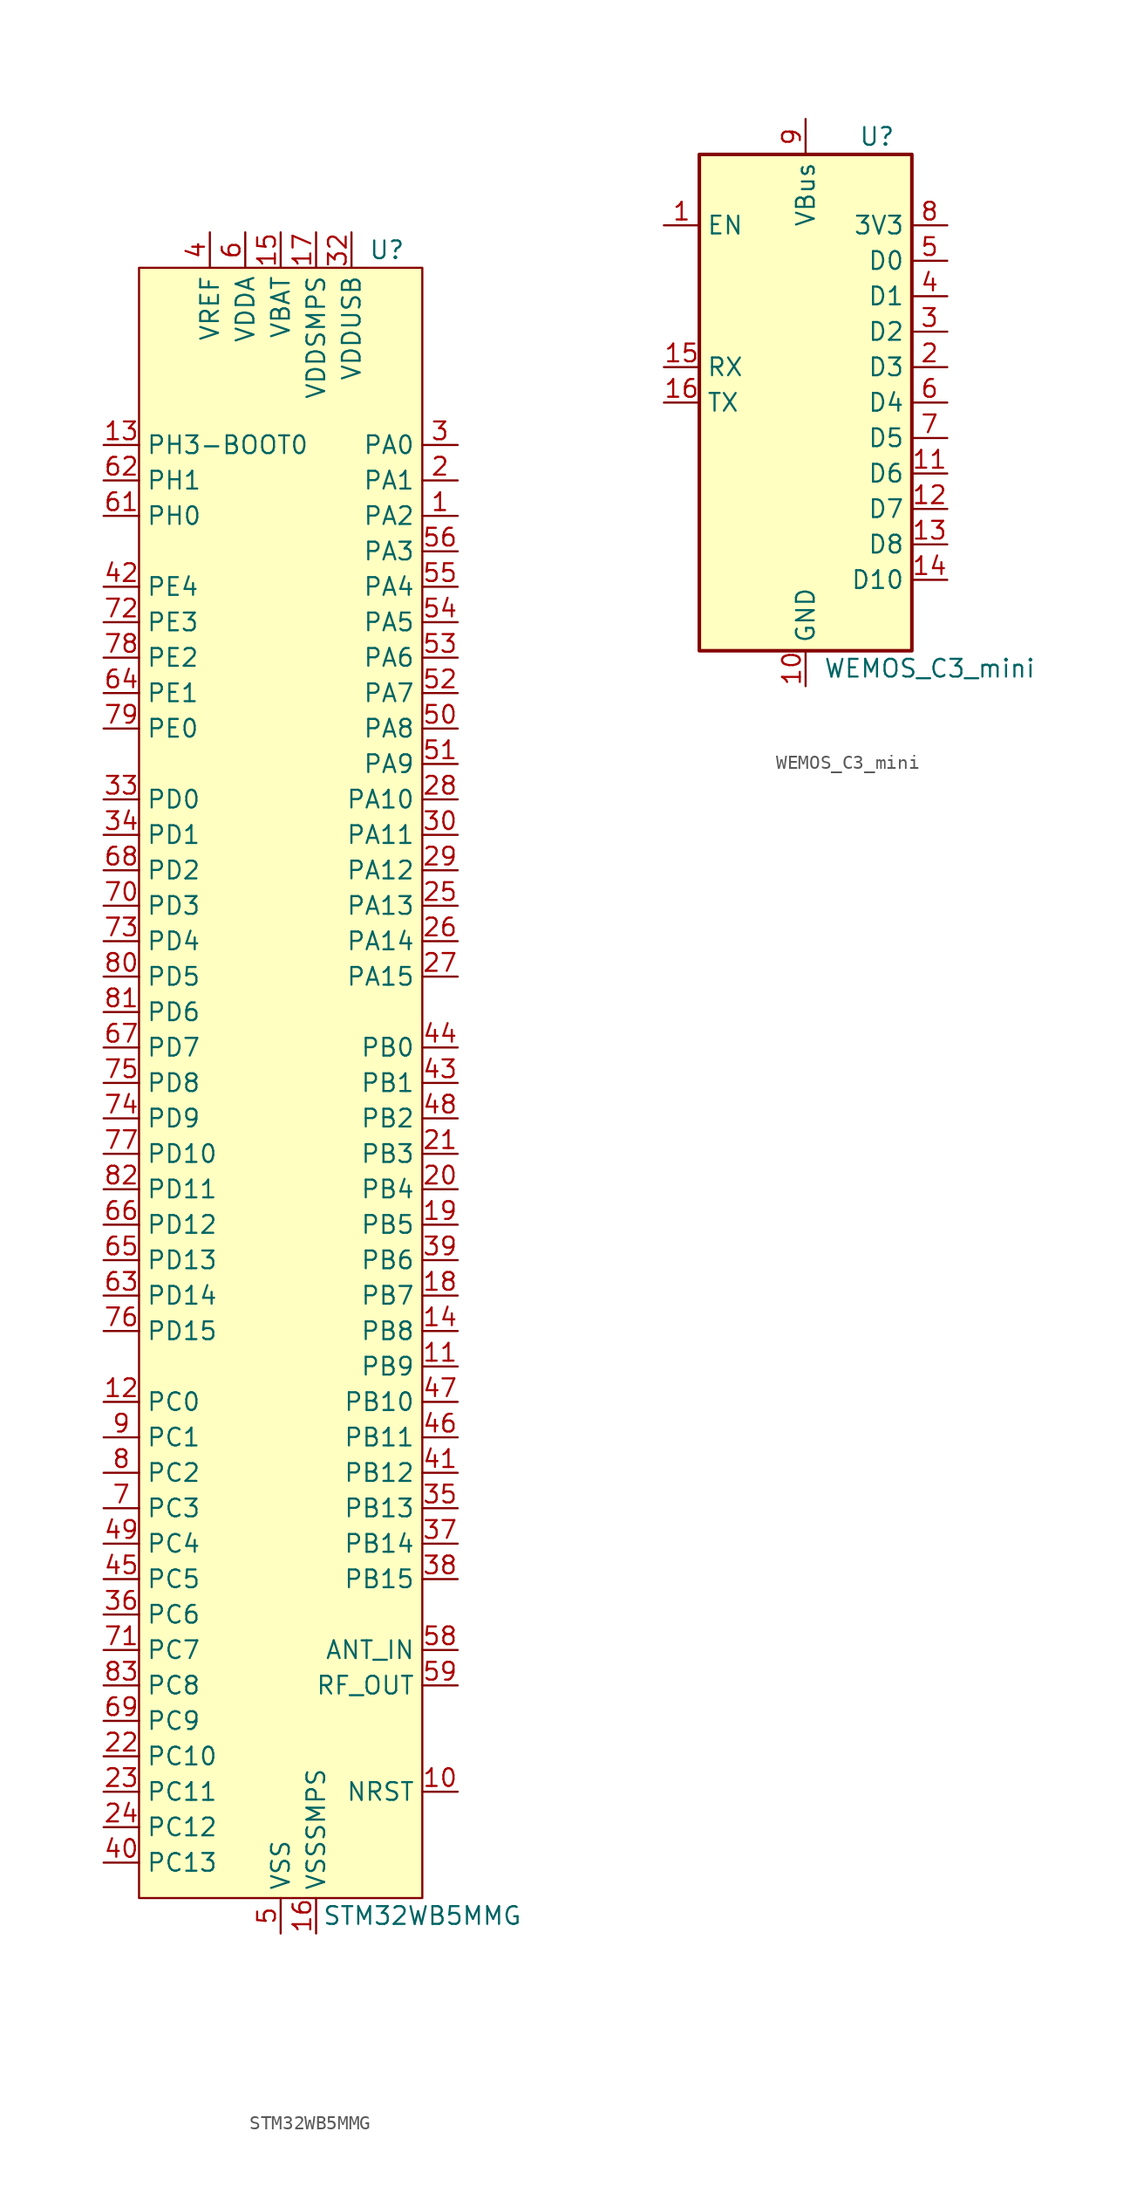
<source format=kicad_sym>
(kicad_symbol_lib
  (version 20241209)
  (generator "kicad_symbol_editor")
  (generator_version "9.0")
  (symbol "STM32WB5MMG"
    (property "Reference" "U"
      (at 7.62 59.69 0)
      (effects (font (size 1.27 1.27))))
    (property "Value" "STM32WB5MMG"
      (at 10.16 -59.69 0)
      (effects (font (size 1.27 1.27))))
    (symbol "STM32WB5MMG_1_1"
      (rectangle (start -10.16 58.42) (end 10.16 -58.42) (stroke (width 0) (type default)) (fill (type background)))
      (pin bidirectional line (at -12.7 45.72 0) (length 2.54) (name "PH3-BOOT0" (effects (font (size 1.27 1.27)))) (number "13" (effects (font (size 1.27 1.27)))))
      (pin bidirectional line (at -12.7 43.18 0) (length 2.54) (name "PH1" (effects (font (size 1.27 1.27)))) (number "62" (effects (font (size 1.27 1.27)))))
      (pin bidirectional line (at -12.7 40.64 0) (length 2.54) (name "PH0" (effects (font (size 1.27 1.27)))) (number "61" (effects (font (size 1.27 1.27)))))
      (pin bidirectional line (at -12.7 35.56 0) (length 2.54) (name "PE4" (effects (font (size 1.27 1.27)))) (number "42" (effects (font (size 1.27 1.27)))))
      (pin bidirectional line (at -12.7 33.02 0) (length 2.54) (name "PE3" (effects (font (size 1.27 1.27)))) (number "72" (effects (font (size 1.27 1.27)))))
      (pin bidirectional line (at -12.7 30.48 0) (length 2.54) (name "PE2" (effects (font (size 1.27 1.27)))) (number "78" (effects (font (size 1.27 1.27)))))
      (pin bidirectional line (at -12.7 27.94 0) (length 2.54) (name "PE1" (effects (font (size 1.27 1.27)))) (number "64" (effects (font (size 1.27 1.27)))))
      (pin bidirectional line (at -12.7 25.4 0) (length 2.54) (name "PE0" (effects (font (size 1.27 1.27)))) (number "79" (effects (font (size 1.27 1.27)))))
      (pin bidirectional line (at -12.7 20.32 0) (length 2.54) (name "PD0" (effects (font (size 1.27 1.27)))) (number "33" (effects (font (size 1.27 1.27)))))
      (pin bidirectional line (at -12.7 17.78 0) (length 2.54) (name "PD1" (effects (font (size 1.27 1.27)))) (number "34" (effects (font (size 1.27 1.27)))))
      (pin bidirectional line (at -12.7 15.24 0) (length 2.54) (name "PD2" (effects (font (size 1.27 1.27)))) (number "68" (effects (font (size 1.27 1.27)))))
      (pin bidirectional line (at -12.7 12.7 0) (length 2.54) (name "PD3" (effects (font (size 1.27 1.27)))) (number "70" (effects (font (size 1.27 1.27)))))
      (pin bidirectional line (at -12.7 10.16 0) (length 2.54) (name "PD4" (effects (font (size 1.27 1.27)))) (number "73" (effects (font (size 1.27 1.27)))))
      (pin bidirectional line (at -12.7 7.62 0) (length 2.54) (name "PD5" (effects (font (size 1.27 1.27)))) (number "80" (effects (font (size 1.27 1.27)))))
      (pin bidirectional line (at -12.7 5.08 0) (length 2.54) (name "PD6" (effects (font (size 1.27 1.27)))) (number "81" (effects (font (size 1.27 1.27)))))
      (pin bidirectional line (at -12.7 2.54 0) (length 2.54) (name "PD7" (effects (font (size 1.27 1.27)))) (number "67" (effects (font (size 1.27 1.27)))))
      (pin bidirectional line (at -12.7 0 0) (length 2.54) (name "PD8" (effects (font (size 1.27 1.27)))) (number "75" (effects (font (size 1.27 1.27)))))
      (pin bidirectional line (at -12.7 -2.54 0) (length 2.54) (name "PD9" (effects (font (size 1.27 1.27)))) (number "74" (effects (font (size 1.27 1.27)))))
      (pin bidirectional line (at -12.7 -5.08 0) (length 2.54) (name "PD10" (effects (font (size 1.27 1.27)))) (number "77" (effects (font (size 1.27 1.27)))))
      (pin bidirectional line (at -12.7 -7.62 0) (length 2.54) (name "PD11" (effects (font (size 1.27 1.27)))) (number "82" (effects (font (size 1.27 1.27)))))
      (pin bidirectional line (at -12.7 -10.16 0) (length 2.54) (name "PD12" (effects (font (size 1.27 1.27)))) (number "66" (effects (font (size 1.27 1.27)))))
      (pin bidirectional line (at -12.7 -12.7 0) (length 2.54) (name "PD13" (effects (font (size 1.27 1.27)))) (number "65" (effects (font (size 1.27 1.27)))))
      (pin bidirectional line (at -12.7 -15.24 0) (length 2.54) (name "PD14" (effects (font (size 1.27 1.27)))) (number "63" (effects (font (size 1.27 1.27)))))
      (pin bidirectional line (at -12.7 -17.78 0) (length 2.54) (name "PD15" (effects (font (size 1.27 1.27)))) (number "76" (effects (font (size 1.27 1.27)))))
      (pin bidirectional line (at -12.7 -22.86 0) (length 2.54) (name "PC0" (effects (font (size 1.27 1.27)))) (number "12" (effects (font (size 1.27 1.27)))))
      (pin bidirectional line (at -12.7 -25.4 0) (length 2.54) (name "PC1" (effects (font (size 1.27 1.27)))) (number "9" (effects (font (size 1.27 1.27)))))
      (pin bidirectional line (at -12.7 -27.94 0) (length 2.54) (name "PC2" (effects (font (size 1.27 1.27)))) (number "8" (effects (font (size 1.27 1.27)))))
      (pin bidirectional line (at -12.7 -30.48 0) (length 2.54) (name "PC3" (effects (font (size 1.27 1.27)))) (number "7" (effects (font (size 1.27 1.27)))))
      (pin bidirectional line (at -12.7 -33.02 0) (length 2.54) (name "PC4" (effects (font (size 1.27 1.27)))) (number "49" (effects (font (size 1.27 1.27)))))
      (pin bidirectional line (at -12.7 -35.56 0) (length 2.54) (name "PC5" (effects (font (size 1.27 1.27)))) (number "45" (effects (font (size 1.27 1.27)))))
      (pin bidirectional line (at -12.7 -38.1 0) (length 2.54) (name "PC6" (effects (font (size 1.27 1.27)))) (number "36" (effects (font (size 1.27 1.27)))))
      (pin bidirectional line (at -12.7 -40.64 0) (length 2.54) (name "PC7" (effects (font (size 1.27 1.27)))) (number "71" (effects (font (size 1.27 1.27)))))
      (pin bidirectional line (at -12.7 -43.18 0) (length 2.54) (name "PC8" (effects (font (size 1.27 1.27)))) (number "83" (effects (font (size 1.27 1.27)))))
      (pin bidirectional line (at -12.7 -45.72 0) (length 2.54) (name "PC9" (effects (font (size 1.27 1.27)))) (number "69" (effects (font (size 1.27 1.27)))))
      (pin bidirectional line (at -12.7 -48.26 0) (length 2.54) (name "PC10" (effects (font (size 1.27 1.27)))) (number "22" (effects (font (size 1.27 1.27)))))
      (pin bidirectional line (at -12.7 -50.8 0) (length 2.54) (name "PC11" (effects (font (size 1.27 1.27)))) (number "23" (effects (font (size 1.27 1.27)))))
      (pin bidirectional line (at -12.7 -53.34 0) (length 2.54) (name "PC12" (effects (font (size 1.27 1.27)))) (number "24" (effects (font (size 1.27 1.27)))))
      (pin bidirectional line (at -12.7 -55.88 0) (length 2.54) (name "PC13" (effects (font (size 1.27 1.27)))) (number "40" (effects (font (size 1.27 1.27)))))
      (pin input line (at -5.08 60.96 270) (length 2.54) (name "VREF" (effects (font (size 1.27 1.27)))) (number "4" (effects (font (size 1.27 1.27)))))
      (pin power_in line (at -2.54 60.96 270) (length 2.54) (name "VDDA" (effects (font (size 1.27 1.27)))) (number "6" (effects (font (size 1.27 1.27)))))
      (pin power_in line (at 0 60.96 270) (length 2.54) (name "VBAT" (effects (font (size 1.27 1.27)))) (number "15" (effects (font (size 1.27 1.27)))))
      (pin passive line (at 0 -60.96 90) (length 2.54) (hide yes) (name "VSS" (effects (font (size 1.27 1.27)))) (number "31" (effects (font (size 1.27 1.27)))))
      (pin power_in line (at 0 -60.96 90) (length 2.54) (name "VSS" (effects (font (size 1.27 1.27)))) (number "5" (effects (font (size 1.27 1.27)))))
      (pin passive line (at 0 -60.96 90) (length 2.54) (hide yes) (name "VSS" (effects (font (size 1.27 1.27)))) (number "57" (effects (font (size 1.27 1.27)))))
      (pin passive line (at 0 -60.96 90) (length 2.54) (hide yes) (name "VSS" (effects (font (size 1.27 1.27)))) (number "60" (effects (font (size 1.27 1.27)))))
      (pin passive line (at 0 -60.96 90) (length 2.54) (hide yes) (name "VSS" (effects (font (size 1.27 1.27)))) (number "84" (effects (font (size 1.27 1.27)))))
      (pin passive line (at 0 -60.96 90) (length 2.54) (hide yes) (name "VSS" (effects (font (size 1.27 1.27)))) (number "86" (effects (font (size 1.27 1.27)))))
      (pin power_in line (at 2.54 60.96 270) (length 2.54) (name "VDDSMPS" (effects (font (size 1.27 1.27)))) (number "17" (effects (font (size 1.27 1.27)))))
      (pin power_in line (at 2.54 -60.96 90) (length 2.54) (name "VSSSMPS" (effects (font (size 1.27 1.27)))) (number "16" (effects (font (size 1.27 1.27)))))
      (pin power_in line (at 5.08 60.96 270) (length 2.54) (name "VDDUSB" (effects (font (size 1.27 1.27)))) (number "32" (effects (font (size 1.27 1.27)))))
      (pin no_connect line (at 10.16 -45.72 180) (length 2.54) (hide yes) (name "ANT_NC" (effects (font (size 1.27 1.27)))) (number "85" (effects (font (size 1.27 1.27)))))
      (pin bidirectional line (at 12.7 45.72 180) (length 2.54) (name "PA0" (effects (font (size 1.27 1.27)))) (number "3" (effects (font (size 1.27 1.27)))))
      (pin bidirectional line (at 12.7 43.18 180) (length 2.54) (name "PA1" (effects (font (size 1.27 1.27)))) (number "2" (effects (font (size 1.27 1.27)))))
      (pin bidirectional line (at 12.7 40.64 180) (length 2.54) (name "PA2" (effects (font (size 1.27 1.27)))) (number "1" (effects (font (size 1.27 1.27)))))
      (pin bidirectional line (at 12.7 38.1 180) (length 2.54) (name "PA3" (effects (font (size 1.27 1.27)))) (number "56" (effects (font (size 1.27 1.27)))))
      (pin bidirectional line (at 12.7 35.56 180) (length 2.54) (name "PA4" (effects (font (size 1.27 1.27)))) (number "55" (effects (font (size 1.27 1.27)))))
      (pin bidirectional line (at 12.7 33.02 180) (length 2.54) (name "PA5" (effects (font (size 1.27 1.27)))) (number "54" (effects (font (size 1.27 1.27)))))
      (pin bidirectional line (at 12.7 30.48 180) (length 2.54) (name "PA6" (effects (font (size 1.27 1.27)))) (number "53" (effects (font (size 1.27 1.27)))))
      (pin bidirectional line (at 12.7 27.94 180) (length 2.54) (name "PA7" (effects (font (size 1.27 1.27)))) (number "52" (effects (font (size 1.27 1.27)))))
      (pin bidirectional line (at 12.7 25.4 180) (length 2.54) (name "PA8" (effects (font (size 1.27 1.27)))) (number "50" (effects (font (size 1.27 1.27)))))
      (pin bidirectional line (at 12.7 22.86 180) (length 2.54) (name "PA9" (effects (font (size 1.27 1.27)))) (number "51" (effects (font (size 1.27 1.27)))))
      (pin bidirectional line (at 12.7 20.32 180) (length 2.54) (name "PA10" (effects (font (size 1.27 1.27)))) (number "28" (effects (font (size 1.27 1.27)))))
      (pin bidirectional line (at 12.7 17.78 180) (length 2.54) (name "PA11" (effects (font (size 1.27 1.27)))) (number "30" (effects (font (size 1.27 1.27)))))
      (pin bidirectional line (at 12.7 15.24 180) (length 2.54) (name "PA12" (effects (font (size 1.27 1.27)))) (number "29" (effects (font (size 1.27 1.27)))))
      (pin bidirectional line (at 12.7 12.7 180) (length 2.54) (name "PA13" (effects (font (size 1.27 1.27)))) (number "25" (effects (font (size 1.27 1.27)))))
      (pin bidirectional line (at 12.7 10.16 180) (length 2.54) (name "PA14" (effects (font (size 1.27 1.27)))) (number "26" (effects (font (size 1.27 1.27)))))
      (pin bidirectional line (at 12.7 7.62 180) (length 2.54) (name "PA15" (effects (font (size 1.27 1.27)))) (number "27" (effects (font (size 1.27 1.27)))))
      (pin bidirectional line (at 12.7 2.54 180) (length 2.54) (name "PB0" (effects (font (size 1.27 1.27)))) (number "44" (effects (font (size 1.27 1.27)))))
      (pin bidirectional line (at 12.7 0 180) (length 2.54) (name "PB1" (effects (font (size 1.27 1.27)))) (number "43" (effects (font (size 1.27 1.27)))))
      (pin bidirectional line (at 12.7 -2.54 180) (length 2.54) (name "PB2" (effects (font (size 1.27 1.27)))) (number "48" (effects (font (size 1.27 1.27)))))
      (pin bidirectional line (at 12.7 -5.08 180) (length 2.54) (name "PB3" (effects (font (size 1.27 1.27)))) (number "21" (effects (font (size 1.27 1.27)))))
      (pin bidirectional line (at 12.7 -7.62 180) (length 2.54) (name "PB4" (effects (font (size 1.27 1.27)))) (number "20" (effects (font (size 1.27 1.27)))))
      (pin bidirectional line (at 12.7 -10.16 180) (length 2.54) (name "PB5" (effects (font (size 1.27 1.27)))) (number "19" (effects (font (size 1.27 1.27)))))
      (pin bidirectional line (at 12.7 -12.7 180) (length 2.54) (name "PB6" (effects (font (size 1.27 1.27)))) (number "39" (effects (font (size 1.27 1.27)))))
      (pin bidirectional line (at 12.7 -15.24 180) (length 2.54) (name "PB7" (effects (font (size 1.27 1.27)))) (number "18" (effects (font (size 1.27 1.27)))))
      (pin bidirectional line (at 12.7 -17.78 180) (length 2.54) (name "PB8" (effects (font (size 1.27 1.27)))) (number "14" (effects (font (size 1.27 1.27)))))
      (pin bidirectional line (at 12.7 -20.32 180) (length 2.54) (name "PB9" (effects (font (size 1.27 1.27)))) (number "11" (effects (font (size 1.27 1.27)))))
      (pin bidirectional line (at 12.7 -22.86 180) (length 2.54) (name "PB10" (effects (font (size 1.27 1.27)))) (number "47" (effects (font (size 1.27 1.27)))))
      (pin bidirectional line (at 12.7 -25.4 180) (length 2.54) (name "PB11" (effects (font (size 1.27 1.27)))) (number "46" (effects (font (size 1.27 1.27)))))
      (pin bidirectional line (at 12.7 -27.94 180) (length 2.54) (name "PB12" (effects (font (size 1.27 1.27)))) (number "41" (effects (font (size 1.27 1.27)))))
      (pin bidirectional line (at 12.7 -30.48 180) (length 2.54) (name "PB13" (effects (font (size 1.27 1.27)))) (number "35" (effects (font (size 1.27 1.27)))))
      (pin bidirectional line (at 12.7 -33.02 180) (length 2.54) (name "PB14" (effects (font (size 1.27 1.27)))) (number "37" (effects (font (size 1.27 1.27)))))
      (pin bidirectional line (at 12.7 -35.56 180) (length 2.54) (name "PB15" (effects (font (size 1.27 1.27)))) (number "38" (effects (font (size 1.27 1.27)))))
      (pin passive line (at 12.7 -40.64 180) (length 2.54) (name "ANT_IN" (effects (font (size 1.27 1.27)))) (number "58" (effects (font (size 1.27 1.27)))))
      (pin passive line (at 12.7 -43.18 180) (length 2.54) (name "RF_OUT" (effects (font (size 1.27 1.27)))) (number "59" (effects (font (size 1.27 1.27)))))
      (pin input line (at 12.7 -50.8 180) (length 2.54) (name "NRST" (effects (font (size 1.27 1.27)))) (number "10" (effects (font (size 1.27 1.27)))))))
  (symbol "WEMOS_C3_mini"
    (property "Reference" "U"
      (at 3.81 19.05 0)
      (effects (font (size 1.27 1.27)) (justify left)))
    (property "Value" "WEMOS_C3_mini"
      (at 1.27 -19.05 0)
      (effects (font (size 1.27 1.27)) (justify left)))
    (symbol "WEMOS_C3_mini_1_1"
      (rectangle (start -7.62 17.78) (end 7.62 -17.78) (stroke (width 0.254) (type default)) (fill (type background)))
      (pin input line (at -10.16 12.7 0) (length 2.54) (name "EN" (effects (font (size 1.27 1.27)))) (number "1" (effects (font (size 1.27 1.27)))))
      (pin input line (at -10.16 2.54 0) (length 2.54) (name "RX" (effects (font (size 1.27 1.27)))) (number "15" (effects (font (size 1.27 1.27)))) (alternate "GPIO20" bidirectional line))
      (pin output line (at -10.16 0 0) (length 2.54) (name "TX" (effects (font (size 1.27 1.27)))) (number "16" (effects (font (size 1.27 1.27)))) (alternate "GPIO21" bidirectional line))
      (pin power_in line (at 0 20.32 270) (length 2.54) (name "VBus" (effects (font (size 1.27 1.27)))) (number "9" (effects (font (size 1.27 1.27)))))
      (pin power_in line (at 0 -20.32 90) (length 2.54) (name "GND" (effects (font (size 1.27 1.27)))) (number "10" (effects (font (size 1.27 1.27)))))
      (pin power_out line (at 10.16 12.7 180) (length 2.54) (name "3V3" (effects (font (size 1.27 1.27)))) (number "8" (effects (font (size 1.27 1.27)))))
      (pin bidirectional line (at 10.16 10.16 180) (length 2.54) (name "D0" (effects (font (size 1.27 1.27)))) (number "5" (effects (font (size 1.27 1.27)))) (alternate "ADC1_CH0" input line) (alternate "XTAL_32K_P" passive line))
      (pin bidirectional line (at 10.16 7.62 180) (length 2.54) (name "D1" (effects (font (size 1.27 1.27)))) (number "4" (effects (font (size 1.27 1.27)))) (alternate "ADC1_CH1" input line) (alternate "XTAL_32K_N" passive line))
      (pin bidirectional line (at 10.16 5.08 180) (length 2.54) (name "D2" (effects (font (size 1.27 1.27)))) (number "3" (effects (font (size 1.27 1.27)))) (alternate "ADC1_CH2" input line) (alternate "FSPIQ" bidirectional line))
      (pin bidirectional line (at 10.16 2.54 180) (length 2.54) (name "D3" (effects (font (size 1.27 1.27)))) (number "2" (effects (font (size 1.27 1.27)))) (alternate "ADC1_CH3" input line))
      (pin bidirectional line (at 10.16 0 180) (length 2.54) (name "D4" (effects (font (size 1.27 1.27)))) (number "6" (effects (font (size 1.27 1.27)))) (alternate "ADC1_CH4" input line) (alternate "FSPIHD" bidirectional line) (alternate "MTMS" input line))
      (pin bidirectional line (at 10.16 -2.54 180) (length 2.54) (name "D5" (effects (font (size 1.27 1.27)))) (number "7" (effects (font (size 1.27 1.27)))) (alternate "ADC2_CH0" input line) (alternate "FSPIWP" bidirectional line) (alternate "MTDI" input line))
      (pin bidirectional line (at 10.16 -5.08 180) (length 2.54) (name "D6" (effects (font (size 1.27 1.27)))) (number "11" (effects (font (size 1.27 1.27)))) (alternate "FSPICLK" bidirectional line) (alternate "MTCK" input line))
      (pin bidirectional line (at 10.16 -7.62 180) (length 2.54) (name "D7" (effects (font (size 1.27 1.27)))) (number "12" (effects (font (size 1.27 1.27)))) (alternate "FSPID" bidirectional line) (alternate "MTDO" output line))
      (pin bidirectional line (at 10.16 -10.16 180) (length 2.54) (name "D8" (effects (font (size 1.27 1.27)))) (number "13" (effects (font (size 1.27 1.27)))))
      (pin bidirectional line (at 10.16 -12.7 180) (length 2.54) (name "D10" (effects (font (size 1.27 1.27)))) (number "14" (effects (font (size 1.27 1.27)))) (alternate "FSPICS0" bidirectional line)))))
</source>
